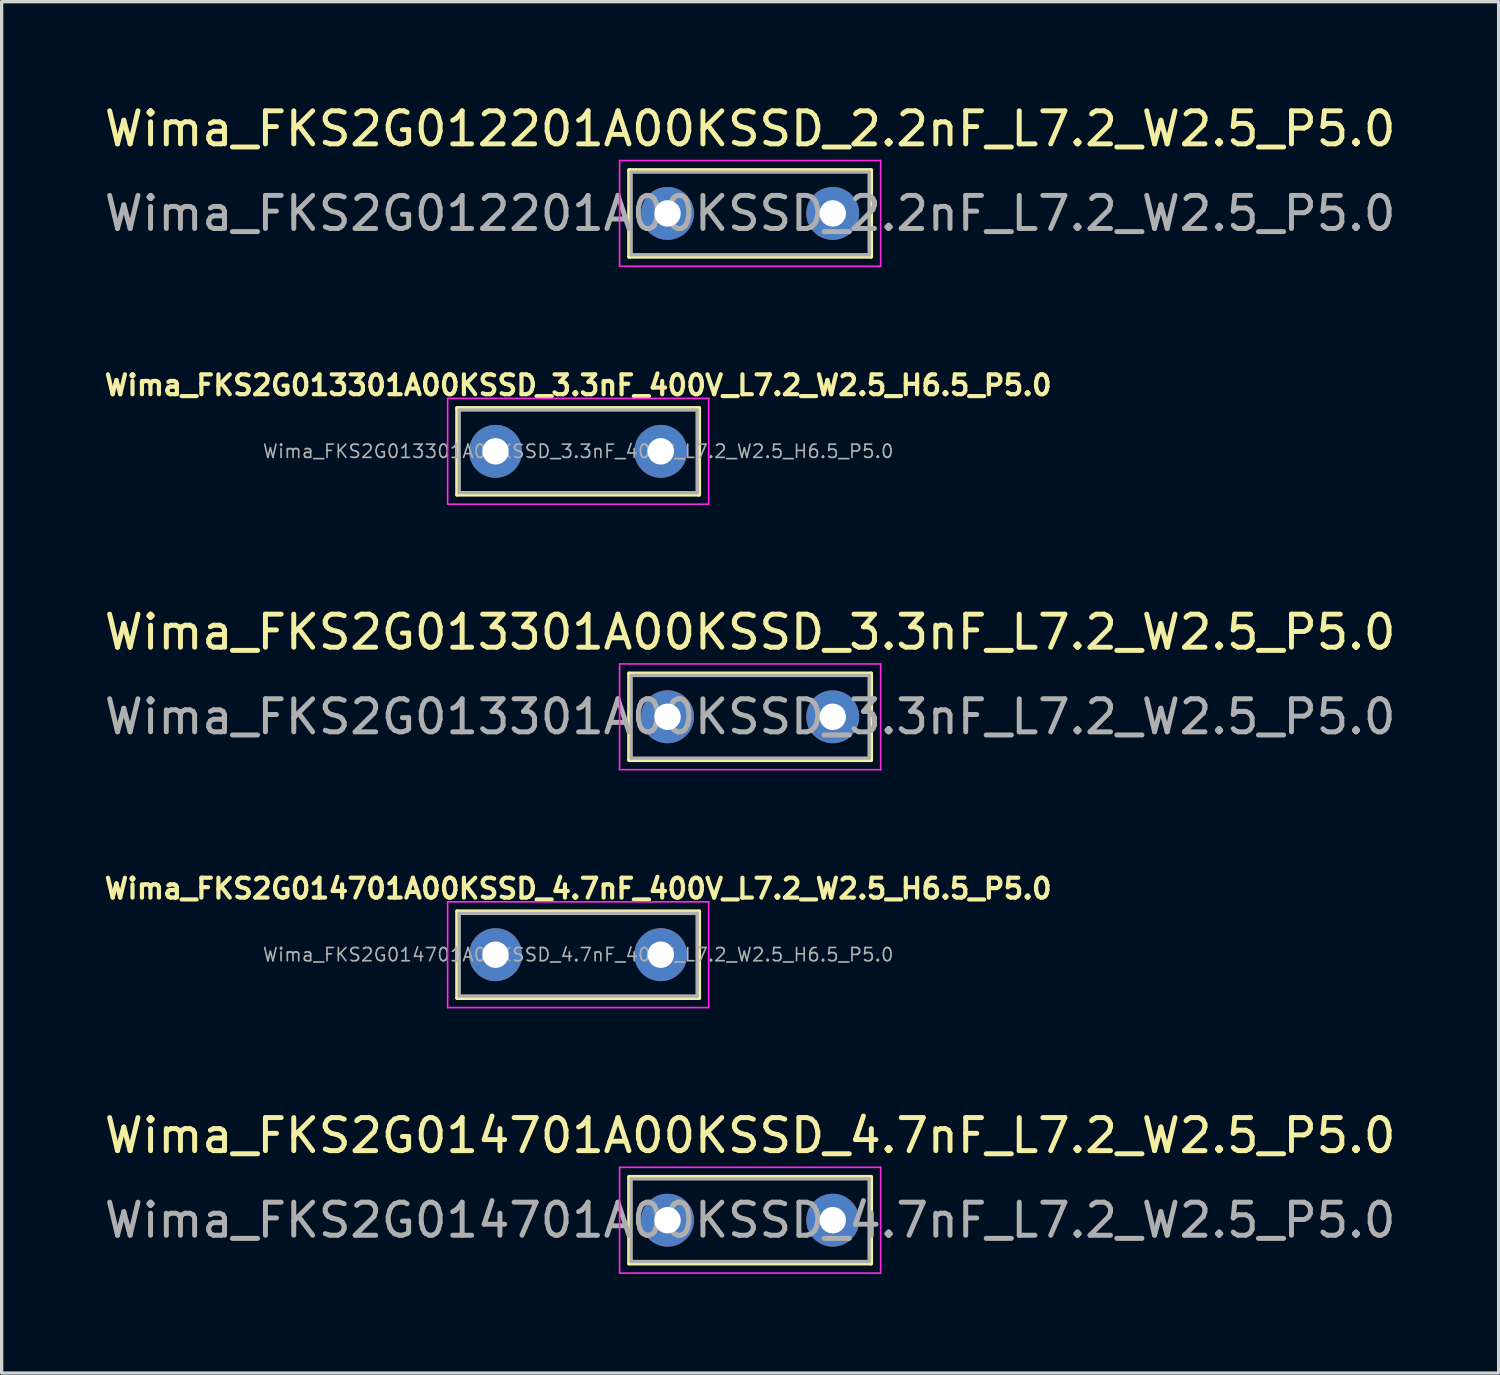
<source format=kicad_pcb>
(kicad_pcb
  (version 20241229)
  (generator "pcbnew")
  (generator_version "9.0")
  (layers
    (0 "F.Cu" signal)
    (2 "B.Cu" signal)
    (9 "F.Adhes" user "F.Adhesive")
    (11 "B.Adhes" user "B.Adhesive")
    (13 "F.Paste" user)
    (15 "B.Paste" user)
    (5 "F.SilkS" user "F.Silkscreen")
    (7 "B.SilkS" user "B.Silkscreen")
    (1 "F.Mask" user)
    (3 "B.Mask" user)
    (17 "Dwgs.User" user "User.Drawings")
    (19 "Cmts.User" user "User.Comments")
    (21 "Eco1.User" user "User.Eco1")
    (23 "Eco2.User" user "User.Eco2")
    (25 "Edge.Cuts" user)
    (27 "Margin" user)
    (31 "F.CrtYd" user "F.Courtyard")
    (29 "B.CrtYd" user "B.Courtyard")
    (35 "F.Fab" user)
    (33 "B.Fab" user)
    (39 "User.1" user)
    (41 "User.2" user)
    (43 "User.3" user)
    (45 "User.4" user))
  (footprint "Wima_FKS2G014701A00KSSD_4.7nF_400V_L7.2_W2.5_H6.5_P5.0"
    (layer "F.Cu")
    (at 14.445 25.839)
    (property "Reference" "Wima_FKS2G014701A00KSSD_4.7nF_400V_L7.2_W2.5_H6.5_P5.0" (at 0 -2 0) (layer "F.SilkS") (effects (font (size 0.6 0.6) (thickness 0.127))))
    (attr through_hole)
    (fp_line (start -3.66 -1.31) (end -3.66 1.31) (stroke (width 0.12) (type solid)) (layer "F.SilkS"))
    (fp_line (start -3.66 -1.31) (end 3.66 -1.31) (stroke (width 0.12) (type solid)) (layer "F.SilkS"))
    (fp_line (start -3.66 1.31) (end 3.66 1.31) (stroke (width 0.12) (type solid)) (layer "F.SilkS"))
    (fp_line (start 3.66 -1.31) (end 3.66 1.31) (stroke (width 0.12) (type solid)) (layer "F.SilkS"))
    (fp_line (start -3.95 -1.6) (end -3.95 1.6) (stroke (width 0.05) (type solid)) (layer "F.CrtYd"))
    (fp_line (start -3.95 1.6) (end 3.95 1.6) (stroke (width 0.05) (type solid)) (layer "F.CrtYd"))
    (fp_line (start 3.95 -1.6) (end -3.95 -1.6) (stroke (width 0.05) (type solid)) (layer "F.CrtYd"))
    (fp_line (start 3.95 1.6) (end 3.95 -1.6) (stroke (width 0.05) (type solid)) (layer "F.CrtYd"))
    (fp_line (start -3.6 -1.25) (end -3.6 1.25) (stroke (width 0.1) (type solid)) (layer "F.Fab"))
    (fp_line (start -3.6 1.25) (end 3.6 1.25) (stroke (width 0.1) (type solid)) (layer "F.Fab"))
    (fp_line (start 3.6 -1.25) (end -3.6 -1.25) (stroke (width 0.1) (type solid)) (layer "F.Fab"))
    (fp_line (start 3.6 1.25) (end 3.6 -1.25) (stroke (width 0.1) (type solid)) (layer "F.Fab"))
    (fp_text user "${REFERENCE}" (at 0 0 0) (layer "F.Fab") (effects (font (size 0.4 0.4) (thickness 0.05))))
    (pad "1" thru_hole circle (at -2.5 0) (size 1.6 1.6) (drill 0.8) (layers "*.Cu" "*.Mask"))
    (pad "2" thru_hole circle (at 2.5 0) (size 1.6 1.6) (drill 0.8) (layers "*.Cu" "*.Mask")))
  (footprint "Wima_FKS2G013301A00KSSD_3.3nF_L7.2_W2.5_P5.0"
    (layer "F.Cu")
    (at 17.149 18.64)
    (property "Reference" "Wima_FKS2G013301A00KSSD_3.3nF_L7.2_W2.5_P5.0" (at 2.5 -2.56 0) (layer "F.SilkS") (effects (font (size 1 1) (thickness 0.15))))
    (attr through_hole)
    (fp_line (start -1.16 -1.31) (end -1.16 1.31) (stroke (width 0.12) (type solid)) (layer "F.SilkS"))
    (fp_line (start -1.16 -1.31) (end 6.16 -1.31) (stroke (width 0.12) (type solid)) (layer "F.SilkS"))
    (fp_line (start -1.16 1.31) (end 6.16 1.31) (stroke (width 0.12) (type solid)) (layer "F.SilkS"))
    (fp_line (start 6.16 -1.31) (end 6.16 1.31) (stroke (width 0.12) (type solid)) (layer "F.SilkS"))
    (fp_line (start -1.45 -1.6) (end -1.45 1.6) (stroke (width 0.05) (type solid)) (layer "F.CrtYd"))
    (fp_line (start -1.45 1.6) (end 6.45 1.6) (stroke (width 0.05) (type solid)) (layer "F.CrtYd"))
    (fp_line (start 6.45 -1.6) (end -1.45 -1.6) (stroke (width 0.05) (type solid)) (layer "F.CrtYd"))
    (fp_line (start 6.45 1.6) (end 6.45 -1.6) (stroke (width 0.05) (type solid)) (layer "F.CrtYd"))
    (fp_line (start -1.1 -1.25) (end -1.1 1.25) (stroke (width 0.1) (type solid)) (layer "F.Fab"))
    (fp_line (start -1.1 1.25) (end 6.1 1.25) (stroke (width 0.1) (type solid)) (layer "F.Fab"))
    (fp_line (start 6.1 -1.25) (end -1.1 -1.25) (stroke (width 0.1) (type solid)) (layer "F.Fab"))
    (fp_line (start 6.1 1.25) (end 6.1 -1.25) (stroke (width 0.1) (type solid)) (layer "F.Fab"))
    (fp_text user "${REFERENCE}" (at 2.5 0 0) (layer "F.Fab") (effects (font (size 1 1) (thickness 0.15))))
    (pad "1" thru_hole circle (at 0 0) (size 1.6 1.6) (drill 0.8) (layers "*.Cu" "*.Mask"))
    (pad "2" thru_hole circle (at 5 0) (size 1.6 1.6) (drill 0.8) (layers "*.Cu" "*.Mask")))
  (footprint "Wima_FKS2G013301A00KSSD_3.3nF_400V_L7.2_W2.5_H6.5_P5.0"
    (layer "F.Cu")
    (at 14.445 10.607)
    (property "Reference" "Wima_FKS2G013301A00KSSD_3.3nF_400V_L7.2_W2.5_H6.5_P5.0" (at 0 -2 0) (layer "F.SilkS") (effects (font (size 0.6 0.6) (thickness 0.127))))
    (attr through_hole)
    (fp_line (start -3.66 -1.31) (end -3.66 1.31) (stroke (width 0.12) (type solid)) (layer "F.SilkS"))
    (fp_line (start -3.66 -1.31) (end 3.66 -1.31) (stroke (width 0.12) (type solid)) (layer "F.SilkS"))
    (fp_line (start -3.66 1.31) (end 3.66 1.31) (stroke (width 0.12) (type solid)) (layer "F.SilkS"))
    (fp_line (start 3.66 -1.31) (end 3.66 1.31) (stroke (width 0.12) (type solid)) (layer "F.SilkS"))
    (fp_line (start -3.95 -1.6) (end -3.95 1.6) (stroke (width 0.05) (type solid)) (layer "F.CrtYd"))
    (fp_line (start -3.95 1.6) (end 3.95 1.6) (stroke (width 0.05) (type solid)) (layer "F.CrtYd"))
    (fp_line (start 3.95 -1.6) (end -3.95 -1.6) (stroke (width 0.05) (type solid)) (layer "F.CrtYd"))
    (fp_line (start 3.95 1.6) (end 3.95 -1.6) (stroke (width 0.05) (type solid)) (layer "F.CrtYd"))
    (fp_line (start -3.6 -1.25) (end -3.6 1.25) (stroke (width 0.1) (type solid)) (layer "F.Fab"))
    (fp_line (start -3.6 1.25) (end 3.6 1.25) (stroke (width 0.1) (type solid)) (layer "F.Fab"))
    (fp_line (start 3.6 -1.25) (end -3.6 -1.25) (stroke (width 0.1) (type solid)) (layer "F.Fab"))
    (fp_line (start 3.6 1.25) (end 3.6 -1.25) (stroke (width 0.1) (type solid)) (layer "F.Fab"))
    (fp_text user "${REFERENCE}" (at 0 0 0) (layer "F.Fab") (effects (font (size 0.4 0.4) (thickness 0.05))))
    (pad "1" thru_hole circle (at -2.5 0) (size 1.6 1.6) (drill 0.8) (layers "*.Cu" "*.Mask"))
    (pad "2" thru_hole circle (at 2.5 0) (size 1.6 1.6) (drill 0.8) (layers "*.Cu" "*.Mask")))
  (footprint "Wima_FKS2G012201A00KSSD_2.2nF_L7.2_W2.5_P5.0"
    (layer "F.Cu")
    (at 17.149 3.408)
    (property "Reference" "Wima_FKS2G012201A00KSSD_2.2nF_L7.2_W2.5_P5.0" (at 2.5 -2.56 0) (layer "F.SilkS") (effects (font (size 1 1) (thickness 0.15))))
    (attr through_hole)
    (fp_line (start -1.16 -1.31) (end -1.16 1.31) (stroke (width 0.12) (type solid)) (layer "F.SilkS"))
    (fp_line (start -1.16 -1.31) (end 6.16 -1.31) (stroke (width 0.12) (type solid)) (layer "F.SilkS"))
    (fp_line (start -1.16 1.31) (end 6.16 1.31) (stroke (width 0.12) (type solid)) (layer "F.SilkS"))
    (fp_line (start 6.16 -1.31) (end 6.16 1.31) (stroke (width 0.12) (type solid)) (layer "F.SilkS"))
    (fp_line (start -1.45 -1.6) (end -1.45 1.6) (stroke (width 0.05) (type solid)) (layer "F.CrtYd"))
    (fp_line (start -1.45 1.6) (end 6.45 1.6) (stroke (width 0.05) (type solid)) (layer "F.CrtYd"))
    (fp_line (start 6.45 -1.6) (end -1.45 -1.6) (stroke (width 0.05) (type solid)) (layer "F.CrtYd"))
    (fp_line (start 6.45 1.6) (end 6.45 -1.6) (stroke (width 0.05) (type solid)) (layer "F.CrtYd"))
    (fp_line (start -1.1 -1.25) (end -1.1 1.25) (stroke (width 0.1) (type solid)) (layer "F.Fab"))
    (fp_line (start -1.1 1.25) (end 6.1 1.25) (stroke (width 0.1) (type solid)) (layer "F.Fab"))
    (fp_line (start 6.1 -1.25) (end -1.1 -1.25) (stroke (width 0.1) (type solid)) (layer "F.Fab"))
    (fp_line (start 6.1 1.25) (end 6.1 -1.25) (stroke (width 0.1) (type solid)) (layer "F.Fab"))
    (fp_text user "${REFERENCE}" (at 2.5 0 0) (layer "F.Fab") (effects (font (size 1 1) (thickness 0.15))))
    (pad "1" thru_hole circle (at 0 0) (size 1.6 1.6) (drill 0.8) (layers "*.Cu" "*.Mask"))
    (pad "2" thru_hole circle (at 5 0) (size 1.6 1.6) (drill 0.8) (layers "*.Cu" "*.Mask")))
  (footprint "Wima_FKS2G014701A00KSSD_4.7nF_L7.2_W2.5_P5.0"
    (layer "F.Cu")
    (at 17.149 33.873)
    (property "Reference" "Wima_FKS2G014701A00KSSD_4.7nF_L7.2_W2.5_P5.0" (at 2.5 -2.56 0) (layer "F.SilkS") (effects (font (size 1 1) (thickness 0.15))))
    (attr through_hole)
    (fp_line (start -1.16 -1.31) (end -1.16 1.31) (stroke (width 0.12) (type solid)) (layer "F.SilkS"))
    (fp_line (start -1.16 -1.31) (end 6.16 -1.31) (stroke (width 0.12) (type solid)) (layer "F.SilkS"))
    (fp_line (start -1.16 1.31) (end 6.16 1.31) (stroke (width 0.12) (type solid)) (layer "F.SilkS"))
    (fp_line (start 6.16 -1.31) (end 6.16 1.31) (stroke (width 0.12) (type solid)) (layer "F.SilkS"))
    (fp_line (start -1.45 -1.6) (end -1.45 1.6) (stroke (width 0.05) (type solid)) (layer "F.CrtYd"))
    (fp_line (start -1.45 1.6) (end 6.45 1.6) (stroke (width 0.05) (type solid)) (layer "F.CrtYd"))
    (fp_line (start 6.45 -1.6) (end -1.45 -1.6) (stroke (width 0.05) (type solid)) (layer "F.CrtYd"))
    (fp_line (start 6.45 1.6) (end 6.45 -1.6) (stroke (width 0.05) (type solid)) (layer "F.CrtYd"))
    (fp_line (start -1.1 -1.25) (end -1.1 1.25) (stroke (width 0.1) (type solid)) (layer "F.Fab"))
    (fp_line (start -1.1 1.25) (end 6.1 1.25) (stroke (width 0.1) (type solid)) (layer "F.Fab"))
    (fp_line (start 6.1 -1.25) (end -1.1 -1.25) (stroke (width 0.1) (type solid)) (layer "F.Fab"))
    (fp_line (start 6.1 1.25) (end 6.1 -1.25) (stroke (width 0.1) (type solid)) (layer "F.Fab"))
    (fp_text user "${REFERENCE}" (at 2.5 0 0) (layer "F.Fab") (effects (font (size 1 1) (thickness 0.15))))
    (pad "1" thru_hole circle (at 0 0) (size 1.6 1.6) (drill 0.8) (layers "*.Cu" "*.Mask"))
    (pad "2" thru_hole circle (at 5 0) (size 1.6 1.6) (drill 0.8) (layers "*.Cu" "*.Mask")))
  (gr_rect
    (start -3 -3)
    (end 42.298 38.498)
    (stroke (width 0.1) (type default))
    (fill no)
    (layer "Edge.Cuts")))
</source>
